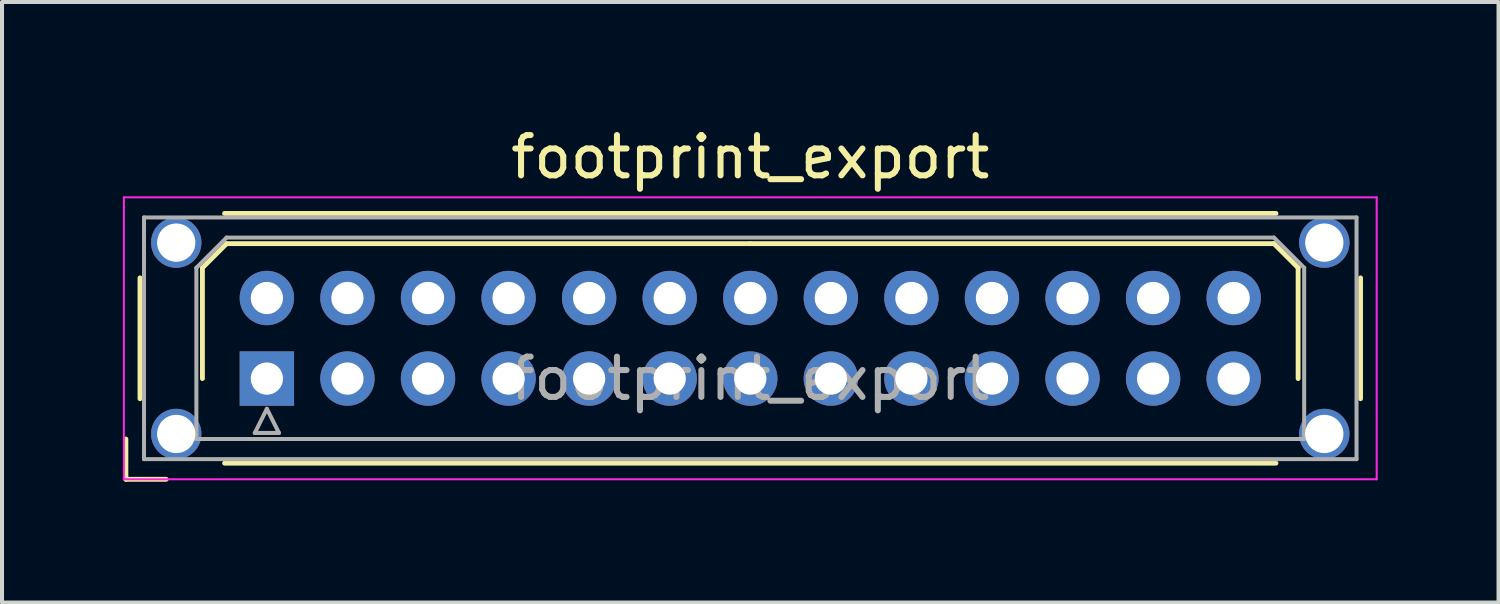
<source format=kicad_pcb>
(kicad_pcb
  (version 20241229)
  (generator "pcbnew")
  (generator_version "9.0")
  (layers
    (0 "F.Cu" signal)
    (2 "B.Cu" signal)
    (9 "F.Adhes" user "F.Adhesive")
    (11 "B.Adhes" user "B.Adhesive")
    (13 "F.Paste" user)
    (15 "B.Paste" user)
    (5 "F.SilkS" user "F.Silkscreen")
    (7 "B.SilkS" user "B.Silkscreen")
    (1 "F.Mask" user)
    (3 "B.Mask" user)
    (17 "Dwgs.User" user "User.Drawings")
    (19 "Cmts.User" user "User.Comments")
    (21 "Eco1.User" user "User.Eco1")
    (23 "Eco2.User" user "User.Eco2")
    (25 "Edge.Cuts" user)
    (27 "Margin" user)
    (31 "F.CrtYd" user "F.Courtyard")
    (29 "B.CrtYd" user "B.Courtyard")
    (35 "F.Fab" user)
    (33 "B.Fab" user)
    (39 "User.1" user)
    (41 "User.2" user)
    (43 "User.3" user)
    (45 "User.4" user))
  (footprint "footprint_export"
    (layer "F.Cu")
    (at 3.575 6.348)
    (property "Reference" "footprint_export" (at 12 -5.5 0) (layer "F.SilkS") (effects (font (size 1 1) (thickness 0.15))))
    (attr through_hole)
    (fp_line (start -3.5 1.5) (end -3.5 2.5) (stroke (width 0.12) (type solid)) (layer "F.SilkS"))
    (fp_line (start -3.5 2.5) (end -2.5 2.5) (stroke (width 0.12) (type solid)) (layer "F.SilkS"))
    (fp_line (start -3.15 -2.5) (end -3.15 0.5) (stroke (width 0.12) (type solid)) (layer "F.SilkS"))
    (fp_line (start -1.6 -2.75) (end -1 -3.35) (stroke (width 0.12) (type solid)) (layer "F.SilkS"))
    (fp_line (start -1.6 0) (end -1.6 -2.75) (stroke (width 0.12) (type solid)) (layer "F.SilkS"))
    (fp_line (start -1.05 -4.1) (end 25.05 -4.1) (stroke (width 0.12) (type solid)) (layer "F.SilkS"))
    (fp_line (start -1.05 2.1) (end 25.05 2.1) (stroke (width 0.12) (type solid)) (layer "F.SilkS"))
    (fp_line (start -1 -3.35) (end 12 -3.35) (stroke (width 0.12) (type solid)) (layer "F.SilkS"))
    (fp_line (start 25 -3.35) (end 12 -3.35) (stroke (width 0.12) (type solid)) (layer "F.SilkS"))
    (fp_line (start 25.6 -2.75) (end 25 -3.35) (stroke (width 0.12) (type solid)) (layer "F.SilkS"))
    (fp_line (start 25.6 0) (end 25.6 -2.75) (stroke (width 0.12) (type solid)) (layer "F.SilkS"))
    (fp_line (start 27.15 -2.5) (end 27.15 0.5) (stroke (width 0.12) (type solid)) (layer "F.SilkS"))
    (fp_line (start -3.55 -4.5) (end -3.55 2.5) (stroke (width 0.05) (type solid)) (layer "F.CrtYd"))
    (fp_line (start -3.55 2.5) (end 27.55 2.5) (stroke (width 0.05) (type solid)) (layer "F.CrtYd"))
    (fp_line (start 27.55 -4.5) (end -3.55 -4.5) (stroke (width 0.05) (type solid)) (layer "F.CrtYd"))
    (fp_line (start 27.55 2.5) (end 27.55 -4.5) (stroke (width 0.05) (type solid)) (layer "F.CrtYd"))
    (fp_line (start -3.05 -4) (end -3.05 2) (stroke (width 0.1) (type solid)) (layer "F.Fab"))
    (fp_line (start -3.05 2) (end 27.05 2) (stroke (width 0.1) (type solid)) (layer "F.Fab"))
    (fp_line (start -1.75 -2.75) (end -1 -3.5) (stroke (width 0.1) (type solid)) (layer "F.Fab"))
    (fp_line (start -1.75 1.5) (end -1.75 -2.75) (stroke (width 0.1) (type solid)) (layer "F.Fab"))
    (fp_line (start -1 -3.5) (end 25 -3.5) (stroke (width 0.1) (type solid)) (layer "F.Fab"))
    (fp_line (start -0.3 1.35) (end 0.3 1.35) (stroke (width 0.1) (type solid)) (layer "F.Fab"))
    (fp_line (start 0 0.75) (end -0.3 1.35) (stroke (width 0.1) (type solid)) (layer "F.Fab"))
    (fp_line (start 0.3 1.35) (end 0 0.75) (stroke (width 0.1) (type solid)) (layer "F.Fab"))
    (fp_line (start 25 -3.5) (end 25.75 -2.75) (stroke (width 0.1) (type solid)) (layer "F.Fab"))
    (fp_line (start 25.75 -2.75) (end 25.75 1.5) (stroke (width 0.1) (type solid)) (layer "F.Fab"))
    (fp_line (start 25.75 1.5) (end -1.75 1.5) (stroke (width 0.1) (type solid)) (layer "F.Fab"))
    (fp_line (start 27.05 -4) (end -3.05 -4) (stroke (width 0.1) (type solid)) (layer "F.Fab"))
    (fp_line (start 27.05 2) (end 27.05 -4) (stroke (width 0.1) (type solid)) (layer "F.Fab"))
    (fp_text user "${REFERENCE}" (at 12 0 0) (layer "F.Fab") (effects (font (size 1 1) (thickness 0.15))))
    (pad "" thru_hole circle (at -2.25 -3.375) (size 1.25 1.25) (drill 0.95) (layers "*.Cu" "*.Mask"))
    (pad "" thru_hole circle (at -2.25 1.375) (size 1.25 1.25) (drill 0.95) (layers "*.Cu" "*.Mask"))
    (pad "" thru_hole circle (at 26.25 -3.375) (size 1.25 1.25) (drill 0.95) (layers "*.Cu" "*.Mask"))
    (pad "" thru_hole circle (at 26.25 1.375) (size 1.25 1.25) (drill 0.95) (layers "*.Cu" "*.Mask"))
    (pad "1" thru_hole rect (at 0 0) (size 1.35 1.35) (drill 0.8) (layers "*.Cu" "*.Mask"))
    (pad "2" thru_hole circle (at 0 -2) (size 1.35 1.35) (drill 0.8) (layers "*.Cu" "*.Mask"))
    (pad "3" thru_hole circle (at 2 0) (size 1.35 1.35) (drill 0.8) (layers "*.Cu" "*.Mask"))
    (pad "4" thru_hole circle (at 2 -2) (size 1.35 1.35) (drill 0.8) (layers "*.Cu" "*.Mask"))
    (pad "5" thru_hole circle (at 4 0) (size 1.35 1.35) (drill 0.8) (layers "*.Cu" "*.Mask"))
    (pad "6" thru_hole circle (at 4 -2) (size 1.35 1.35) (drill 0.8) (layers "*.Cu" "*.Mask"))
    (pad "7" thru_hole circle (at 6 0) (size 1.35 1.35) (drill 0.8) (layers "*.Cu" "*.Mask"))
    (pad "8" thru_hole circle (at 6 -2) (size 1.35 1.35) (drill 0.8) (layers "*.Cu" "*.Mask"))
    (pad "9" thru_hole circle (at 8 0) (size 1.35 1.35) (drill 0.8) (layers "*.Cu" "*.Mask"))
    (pad "10" thru_hole circle (at 8 -2) (size 1.35 1.35) (drill 0.8) (layers "*.Cu" "*.Mask"))
    (pad "11" thru_hole circle (at 10 0) (size 1.35 1.35) (drill 0.8) (layers "*.Cu" "*.Mask"))
    (pad "12" thru_hole circle (at 10 -2) (size 1.35 1.35) (drill 0.8) (layers "*.Cu" "*.Mask"))
    (pad "13" thru_hole circle (at 12 0) (size 1.35 1.35) (drill 0.8) (layers "*.Cu" "*.Mask"))
    (pad "14" thru_hole circle (at 12 -2) (size 1.35 1.35) (drill 0.8) (layers "*.Cu" "*.Mask"))
    (pad "15" thru_hole circle (at 14 0) (size 1.35 1.35) (drill 0.8) (layers "*.Cu" "*.Mask"))
    (pad "16" thru_hole circle (at 14 -2) (size 1.35 1.35) (drill 0.8) (layers "*.Cu" "*.Mask"))
    (pad "17" thru_hole circle (at 16 0) (size 1.35 1.35) (drill 0.8) (layers "*.Cu" "*.Mask"))
    (pad "18" thru_hole circle (at 16 -2) (size 1.35 1.35) (drill 0.8) (layers "*.Cu" "*.Mask"))
    (pad "19" thru_hole circle (at 18 0) (size 1.35 1.35) (drill 0.8) (layers "*.Cu" "*.Mask"))
    (pad "20" thru_hole circle (at 18 -2) (size 1.35 1.35) (drill 0.8) (layers "*.Cu" "*.Mask"))
    (pad "21" thru_hole circle (at 20 0) (size 1.35 1.35) (drill 0.8) (layers "*.Cu" "*.Mask"))
    (pad "22" thru_hole circle (at 20 -2) (size 1.35 1.35) (drill 0.8) (layers "*.Cu" "*.Mask"))
    (pad "23" thru_hole circle (at 22 0) (size 1.35 1.35) (drill 0.8) (layers "*.Cu" "*.Mask"))
    (pad "24" thru_hole circle (at 22 -2) (size 1.35 1.35) (drill 0.8) (layers "*.Cu" "*.Mask"))
    (pad "25" thru_hole circle (at 24 0) (size 1.35 1.35) (drill 0.8) (layers "*.Cu" "*.Mask"))
    (pad "26" thru_hole circle (at 24 -2) (size 1.35 1.35) (drill 0.8) (layers "*.Cu" "*.Mask")))
  (gr_rect
    (start -3 -3)
    (end 34.15 11.908)
    (stroke (width 0.1) (type default))
    (fill no)
    (layer "Edge.Cuts")))
</source>
